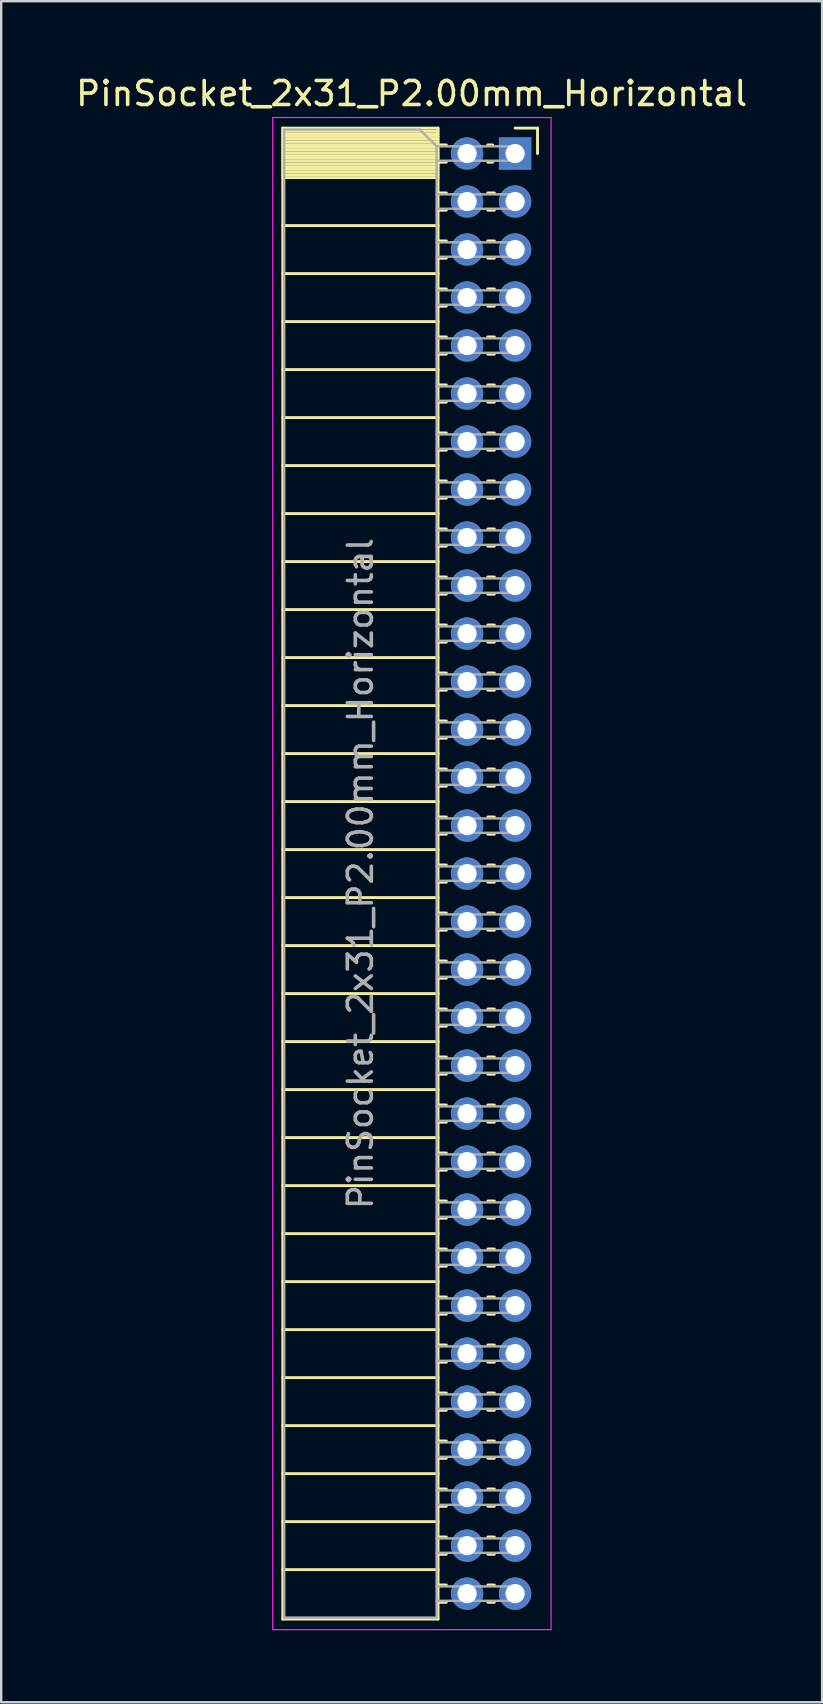
<source format=kicad_pcb>
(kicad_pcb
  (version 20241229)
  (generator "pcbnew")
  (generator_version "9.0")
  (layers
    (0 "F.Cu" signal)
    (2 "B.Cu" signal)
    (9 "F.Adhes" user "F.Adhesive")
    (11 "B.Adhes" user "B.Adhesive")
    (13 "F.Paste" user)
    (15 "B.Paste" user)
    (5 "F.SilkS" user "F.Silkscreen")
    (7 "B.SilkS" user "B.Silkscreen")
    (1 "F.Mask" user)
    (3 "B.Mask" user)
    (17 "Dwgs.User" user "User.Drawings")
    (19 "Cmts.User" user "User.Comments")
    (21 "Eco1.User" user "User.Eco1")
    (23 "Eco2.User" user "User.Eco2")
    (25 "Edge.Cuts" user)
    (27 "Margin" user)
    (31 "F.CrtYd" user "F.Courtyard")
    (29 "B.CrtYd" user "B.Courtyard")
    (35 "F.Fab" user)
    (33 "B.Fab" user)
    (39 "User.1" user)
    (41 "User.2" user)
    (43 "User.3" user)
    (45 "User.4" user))
  (footprint "PinSocket_2x31_P2.00mm_Horizontal"
    (layer "F.Cu")
    (at 18.411 3.348)
    (property "Reference" "PinSocket_2x31_P2.00mm_Horizontal" (at -4.31 -2.5 0) (layer "F.SilkS") (effects (font (size 1 1) (thickness 0.15))))
    (attr through_hole)
    (fp_line (start -9.68 -1.06) (end -9.68 61.06) (stroke (width 0.12) (type solid)) (layer "F.SilkS"))
    (fp_line (start -9.68 -1.06) (end -3.21 -1.06) (stroke (width 0.12) (type solid)) (layer "F.SilkS"))
    (fp_line (start -9.68 -0.94) (end -3.21 -0.94) (stroke (width 0.12) (type solid)) (layer "F.SilkS"))
    (fp_line (start -9.68 -0.826) (end -3.21 -0.826) (stroke (width 0.12) (type solid)) (layer "F.SilkS"))
    (fp_line (start -9.68 -0.712) (end -3.21 -0.712) (stroke (width 0.12) (type solid)) (layer "F.SilkS"))
    (fp_line (start -9.68 -0.598) (end -3.21 -0.598) (stroke (width 0.12) (type solid)) (layer "F.SilkS"))
    (fp_line (start -9.68 -0.484) (end -3.21 -0.484) (stroke (width 0.12) (type solid)) (layer "F.SilkS"))
    (fp_line (start -9.68 -0.369) (end -3.21 -0.369) (stroke (width 0.12) (type solid)) (layer "F.SilkS"))
    (fp_line (start -9.68 -0.255) (end -3.21 -0.255) (stroke (width 0.12) (type solid)) (layer "F.SilkS"))
    (fp_line (start -9.68 -0.141) (end -3.21 -0.141) (stroke (width 0.12) (type solid)) (layer "F.SilkS"))
    (fp_line (start -9.68 -0.027) (end -3.21 -0.027) (stroke (width 0.12) (type solid)) (layer "F.SilkS"))
    (fp_line (start -9.68 0.087) (end -3.21 0.087) (stroke (width 0.12) (type solid)) (layer "F.SilkS"))
    (fp_line (start -9.68 0.201) (end -3.21 0.201) (stroke (width 0.12) (type solid)) (layer "F.SilkS"))
    (fp_line (start -9.68 0.315) (end -3.21 0.315) (stroke (width 0.12) (type solid)) (layer "F.SilkS"))
    (fp_line (start -9.68 0.429) (end -3.21 0.429) (stroke (width 0.12) (type solid)) (layer "F.SilkS"))
    (fp_line (start -9.68 0.544) (end -3.21 0.544) (stroke (width 0.12) (type solid)) (layer "F.SilkS"))
    (fp_line (start -9.68 0.658) (end -3.21 0.658) (stroke (width 0.12) (type solid)) (layer "F.SilkS"))
    (fp_line (start -9.68 0.772) (end -3.21 0.772) (stroke (width 0.12) (type solid)) (layer "F.SilkS"))
    (fp_line (start -9.68 0.886) (end -3.21 0.886) (stroke (width 0.12) (type solid)) (layer "F.SilkS"))
    (fp_line (start -9.68 1) (end -3.21 1) (stroke (width 0.12) (type solid)) (layer "F.SilkS"))
    (fp_line (start -9.68 3) (end -3.21 3) (stroke (width 0.12) (type solid)) (layer "F.SilkS"))
    (fp_line (start -9.68 5) (end -3.21 5) (stroke (width 0.12) (type solid)) (layer "F.SilkS"))
    (fp_line (start -9.68 7) (end -3.21 7) (stroke (width 0.12) (type solid)) (layer "F.SilkS"))
    (fp_line (start -9.68 9) (end -3.21 9) (stroke (width 0.12) (type solid)) (layer "F.SilkS"))
    (fp_line (start -9.68 11) (end -3.21 11) (stroke (width 0.12) (type solid)) (layer "F.SilkS"))
    (fp_line (start -9.68 13) (end -3.21 13) (stroke (width 0.12) (type solid)) (layer "F.SilkS"))
    (fp_line (start -9.68 15) (end -3.21 15) (stroke (width 0.12) (type solid)) (layer "F.SilkS"))
    (fp_line (start -9.68 17) (end -3.21 17) (stroke (width 0.12) (type solid)) (layer "F.SilkS"))
    (fp_line (start -9.68 19) (end -3.21 19) (stroke (width 0.12) (type solid)) (layer "F.SilkS"))
    (fp_line (start -9.68 21) (end -3.21 21) (stroke (width 0.12) (type solid)) (layer "F.SilkS"))
    (fp_line (start -9.68 23) (end -3.21 23) (stroke (width 0.12) (type solid)) (layer "F.SilkS"))
    (fp_line (start -9.68 25) (end -3.21 25) (stroke (width 0.12) (type solid)) (layer "F.SilkS"))
    (fp_line (start -9.68 27) (end -3.21 27) (stroke (width 0.12) (type solid)) (layer "F.SilkS"))
    (fp_line (start -9.68 29) (end -3.21 29) (stroke (width 0.12) (type solid)) (layer "F.SilkS"))
    (fp_line (start -9.68 31) (end -3.21 31) (stroke (width 0.12) (type solid)) (layer "F.SilkS"))
    (fp_line (start -9.68 33) (end -3.21 33) (stroke (width 0.12) (type solid)) (layer "F.SilkS"))
    (fp_line (start -9.68 35) (end -3.21 35) (stroke (width 0.12) (type solid)) (layer "F.SilkS"))
    (fp_line (start -9.68 37) (end -3.21 37) (stroke (width 0.12) (type solid)) (layer "F.SilkS"))
    (fp_line (start -9.68 39) (end -3.21 39) (stroke (width 0.12) (type solid)) (layer "F.SilkS"))
    (fp_line (start -9.68 41) (end -3.21 41) (stroke (width 0.12) (type solid)) (layer "F.SilkS"))
    (fp_line (start -9.68 43) (end -3.21 43) (stroke (width 0.12) (type solid)) (layer "F.SilkS"))
    (fp_line (start -9.68 45) (end -3.21 45) (stroke (width 0.12) (type solid)) (layer "F.SilkS"))
    (fp_line (start -9.68 47) (end -3.21 47) (stroke (width 0.12) (type solid)) (layer "F.SilkS"))
    (fp_line (start -9.68 49) (end -3.21 49) (stroke (width 0.12) (type solid)) (layer "F.SilkS"))
    (fp_line (start -9.68 51) (end -3.21 51) (stroke (width 0.12) (type solid)) (layer "F.SilkS"))
    (fp_line (start -9.68 53) (end -3.21 53) (stroke (width 0.12) (type solid)) (layer "F.SilkS"))
    (fp_line (start -9.68 55) (end -3.21 55) (stroke (width 0.12) (type solid)) (layer "F.SilkS"))
    (fp_line (start -9.68 57) (end -3.21 57) (stroke (width 0.12) (type solid)) (layer "F.SilkS"))
    (fp_line (start -9.68 59) (end -3.21 59) (stroke (width 0.12) (type solid)) (layer "F.SilkS"))
    (fp_line (start -9.68 61.06) (end -3.21 61.06) (stroke (width 0.12) (type solid)) (layer "F.SilkS"))
    (fp_line (start -3.21 -1.06) (end -3.21 61.06) (stroke (width 0.12) (type solid)) (layer "F.SilkS"))
    (fp_line (start -3.21 -0.36) (end -2.863 -0.36) (stroke (width 0.12) (type solid)) (layer "F.SilkS"))
    (fp_line (start -3.21 0.36) (end -2.863 0.36) (stroke (width 0.12) (type solid)) (layer "F.SilkS"))
    (fp_line (start -3.21 1.64) (end -2.863 1.64) (stroke (width 0.12) (type solid)) (layer "F.SilkS"))
    (fp_line (start -3.21 2.36) (end -2.863 2.36) (stroke (width 0.12) (type solid)) (layer "F.SilkS"))
    (fp_line (start -3.21 3.64) (end -2.863 3.64) (stroke (width 0.12) (type solid)) (layer "F.SilkS"))
    (fp_line (start -3.21 4.36) (end -2.863 4.36) (stroke (width 0.12) (type solid)) (layer "F.SilkS"))
    (fp_line (start -3.21 5.64) (end -2.863 5.64) (stroke (width 0.12) (type solid)) (layer "F.SilkS"))
    (fp_line (start -3.21 6.36) (end -2.863 6.36) (stroke (width 0.12) (type solid)) (layer "F.SilkS"))
    (fp_line (start -3.21 7.64) (end -2.863 7.64) (stroke (width 0.12) (type solid)) (layer "F.SilkS"))
    (fp_line (start -3.21 8.36) (end -2.863 8.36) (stroke (width 0.12) (type solid)) (layer "F.SilkS"))
    (fp_line (start -3.21 9.64) (end -2.863 9.64) (stroke (width 0.12) (type solid)) (layer "F.SilkS"))
    (fp_line (start -3.21 10.36) (end -2.863 10.36) (stroke (width 0.12) (type solid)) (layer "F.SilkS"))
    (fp_line (start -3.21 11.64) (end -2.863 11.64) (stroke (width 0.12) (type solid)) (layer "F.SilkS"))
    (fp_line (start -3.21 12.36) (end -2.863 12.36) (stroke (width 0.12) (type solid)) (layer "F.SilkS"))
    (fp_line (start -3.21 13.64) (end -2.863 13.64) (stroke (width 0.12) (type solid)) (layer "F.SilkS"))
    (fp_line (start -3.21 14.36) (end -2.863 14.36) (stroke (width 0.12) (type solid)) (layer "F.SilkS"))
    (fp_line (start -3.21 15.64) (end -2.863 15.64) (stroke (width 0.12) (type solid)) (layer "F.SilkS"))
    (fp_line (start -3.21 16.36) (end -2.863 16.36) (stroke (width 0.12) (type solid)) (layer "F.SilkS"))
    (fp_line (start -3.21 17.64) (end -2.863 17.64) (stroke (width 0.12) (type solid)) (layer "F.SilkS"))
    (fp_line (start -3.21 18.36) (end -2.863 18.36) (stroke (width 0.12) (type solid)) (layer "F.SilkS"))
    (fp_line (start -3.21 19.64) (end -2.863 19.64) (stroke (width 0.12) (type solid)) (layer "F.SilkS"))
    (fp_line (start -3.21 20.36) (end -2.863 20.36) (stroke (width 0.12) (type solid)) (layer "F.SilkS"))
    (fp_line (start -3.21 21.64) (end -2.863 21.64) (stroke (width 0.12) (type solid)) (layer "F.SilkS"))
    (fp_line (start -3.21 22.36) (end -2.863 22.36) (stroke (width 0.12) (type solid)) (layer "F.SilkS"))
    (fp_line (start -3.21 23.64) (end -2.863 23.64) (stroke (width 0.12) (type solid)) (layer "F.SilkS"))
    (fp_line (start -3.21 24.36) (end -2.863 24.36) (stroke (width 0.12) (type solid)) (layer "F.SilkS"))
    (fp_line (start -3.21 25.64) (end -2.863 25.64) (stroke (width 0.12) (type solid)) (layer "F.SilkS"))
    (fp_line (start -3.21 26.36) (end -2.863 26.36) (stroke (width 0.12) (type solid)) (layer "F.SilkS"))
    (fp_line (start -3.21 27.64) (end -2.863 27.64) (stroke (width 0.12) (type solid)) (layer "F.SilkS"))
    (fp_line (start -3.21 28.36) (end -2.863 28.36) (stroke (width 0.12) (type solid)) (layer "F.SilkS"))
    (fp_line (start -3.21 29.64) (end -2.863 29.64) (stroke (width 0.12) (type solid)) (layer "F.SilkS"))
    (fp_line (start -3.21 30.36) (end -2.863 30.36) (stroke (width 0.12) (type solid)) (layer "F.SilkS"))
    (fp_line (start -3.21 31.64) (end -2.863 31.64) (stroke (width 0.12) (type solid)) (layer "F.SilkS"))
    (fp_line (start -3.21 32.36) (end -2.863 32.36) (stroke (width 0.12) (type solid)) (layer "F.SilkS"))
    (fp_line (start -3.21 33.64) (end -2.863 33.64) (stroke (width 0.12) (type solid)) (layer "F.SilkS"))
    (fp_line (start -3.21 34.36) (end -2.863 34.36) (stroke (width 0.12) (type solid)) (layer "F.SilkS"))
    (fp_line (start -3.21 35.64) (end -2.863 35.64) (stroke (width 0.12) (type solid)) (layer "F.SilkS"))
    (fp_line (start -3.21 36.36) (end -2.863 36.36) (stroke (width 0.12) (type solid)) (layer "F.SilkS"))
    (fp_line (start -3.21 37.64) (end -2.863 37.64) (stroke (width 0.12) (type solid)) (layer "F.SilkS"))
    (fp_line (start -3.21 38.36) (end -2.863 38.36) (stroke (width 0.12) (type solid)) (layer "F.SilkS"))
    (fp_line (start -3.21 39.64) (end -2.863 39.64) (stroke (width 0.12) (type solid)) (layer "F.SilkS"))
    (fp_line (start -3.21 40.36) (end -2.863 40.36) (stroke (width 0.12) (type solid)) (layer "F.SilkS"))
    (fp_line (start -3.21 41.64) (end -2.863 41.64) (stroke (width 0.12) (type solid)) (layer "F.SilkS"))
    (fp_line (start -3.21 42.36) (end -2.863 42.36) (stroke (width 0.12) (type solid)) (layer "F.SilkS"))
    (fp_line (start -3.21 43.64) (end -2.863 43.64) (stroke (width 0.12) (type solid)) (layer "F.SilkS"))
    (fp_line (start -3.21 44.36) (end -2.863 44.36) (stroke (width 0.12) (type solid)) (layer "F.SilkS"))
    (fp_line (start -3.21 45.64) (end -2.863 45.64) (stroke (width 0.12) (type solid)) (layer "F.SilkS"))
    (fp_line (start -3.21 46.36) (end -2.863 46.36) (stroke (width 0.12) (type solid)) (layer "F.SilkS"))
    (fp_line (start -3.21 47.64) (end -2.863 47.64) (stroke (width 0.12) (type solid)) (layer "F.SilkS"))
    (fp_line (start -3.21 48.36) (end -2.863 48.36) (stroke (width 0.12) (type solid)) (layer "F.SilkS"))
    (fp_line (start -3.21 49.64) (end -2.863 49.64) (stroke (width 0.12) (type solid)) (layer "F.SilkS"))
    (fp_line (start -3.21 50.36) (end -2.863 50.36) (stroke (width 0.12) (type solid)) (layer "F.SilkS"))
    (fp_line (start -3.21 51.64) (end -2.863 51.64) (stroke (width 0.12) (type solid)) (layer "F.SilkS"))
    (fp_line (start -3.21 52.36) (end -2.863 52.36) (stroke (width 0.12) (type solid)) (layer "F.SilkS"))
    (fp_line (start -3.21 53.64) (end -2.863 53.64) (stroke (width 0.12) (type solid)) (layer "F.SilkS"))
    (fp_line (start -3.21 54.36) (end -2.863 54.36) (stroke (width 0.12) (type solid)) (layer "F.SilkS"))
    (fp_line (start -3.21 55.64) (end -2.863 55.64) (stroke (width 0.12) (type solid)) (layer "F.SilkS"))
    (fp_line (start -3.21 56.36) (end -2.863 56.36) (stroke (width 0.12) (type solid)) (layer "F.SilkS"))
    (fp_line (start -3.21 57.64) (end -2.863 57.64) (stroke (width 0.12) (type solid)) (layer "F.SilkS"))
    (fp_line (start -3.21 58.36) (end -2.863 58.36) (stroke (width 0.12) (type solid)) (layer "F.SilkS"))
    (fp_line (start -3.21 59.64) (end -2.863 59.64) (stroke (width 0.12) (type solid)) (layer "F.SilkS"))
    (fp_line (start -3.21 60.36) (end -2.863 60.36) (stroke (width 0.12) (type solid)) (layer "F.SilkS"))
    (fp_line (start -1.137 -0.36) (end -0.935 -0.36) (stroke (width 0.12) (type solid)) (layer "F.SilkS"))
    (fp_line (start -1.137 0.36) (end -0.935 0.36) (stroke (width 0.12) (type solid)) (layer "F.SilkS"))
    (fp_line (start -1.137 1.64) (end -0.863 1.64) (stroke (width 0.12) (type solid)) (layer "F.SilkS"))
    (fp_line (start -1.137 2.36) (end -0.863 2.36) (stroke (width 0.12) (type solid)) (layer "F.SilkS"))
    (fp_line (start -1.137 3.64) (end -0.863 3.64) (stroke (width 0.12) (type solid)) (layer "F.SilkS"))
    (fp_line (start -1.137 4.36) (end -0.863 4.36) (stroke (width 0.12) (type solid)) (layer "F.SilkS"))
    (fp_line (start -1.137 5.64) (end -0.863 5.64) (stroke (width 0.12) (type solid)) (layer "F.SilkS"))
    (fp_line (start -1.137 6.36) (end -0.863 6.36) (stroke (width 0.12) (type solid)) (layer "F.SilkS"))
    (fp_line (start -1.137 7.64) (end -0.863 7.64) (stroke (width 0.12) (type solid)) (layer "F.SilkS"))
    (fp_line (start -1.137 8.36) (end -0.863 8.36) (stroke (width 0.12) (type solid)) (layer "F.SilkS"))
    (fp_line (start -1.137 9.64) (end -0.863 9.64) (stroke (width 0.12) (type solid)) (layer "F.SilkS"))
    (fp_line (start -1.137 10.36) (end -0.863 10.36) (stroke (width 0.12) (type solid)) (layer "F.SilkS"))
    (fp_line (start -1.137 11.64) (end -0.863 11.64) (stroke (width 0.12) (type solid)) (layer "F.SilkS"))
    (fp_line (start -1.137 12.36) (end -0.863 12.36) (stroke (width 0.12) (type solid)) (layer "F.SilkS"))
    (fp_line (start -1.137 13.64) (end -0.863 13.64) (stroke (width 0.12) (type solid)) (layer "F.SilkS"))
    (fp_line (start -1.137 14.36) (end -0.863 14.36) (stroke (width 0.12) (type solid)) (layer "F.SilkS"))
    (fp_line (start -1.137 15.64) (end -0.863 15.64) (stroke (width 0.12) (type solid)) (layer "F.SilkS"))
    (fp_line (start -1.137 16.36) (end -0.863 16.36) (stroke (width 0.12) (type solid)) (layer "F.SilkS"))
    (fp_line (start -1.137 17.64) (end -0.863 17.64) (stroke (width 0.12) (type solid)) (layer "F.SilkS"))
    (fp_line (start -1.137 18.36) (end -0.863 18.36) (stroke (width 0.12) (type solid)) (layer "F.SilkS"))
    (fp_line (start -1.137 19.64) (end -0.863 19.64) (stroke (width 0.12) (type solid)) (layer "F.SilkS"))
    (fp_line (start -1.137 20.36) (end -0.863 20.36) (stroke (width 0.12) (type solid)) (layer "F.SilkS"))
    (fp_line (start -1.137 21.64) (end -0.863 21.64) (stroke (width 0.12) (type solid)) (layer "F.SilkS"))
    (fp_line (start -1.137 22.36) (end -0.863 22.36) (stroke (width 0.12) (type solid)) (layer "F.SilkS"))
    (fp_line (start -1.137 23.64) (end -0.863 23.64) (stroke (width 0.12) (type solid)) (layer "F.SilkS"))
    (fp_line (start -1.137 24.36) (end -0.863 24.36) (stroke (width 0.12) (type solid)) (layer "F.SilkS"))
    (fp_line (start -1.137 25.64) (end -0.863 25.64) (stroke (width 0.12) (type solid)) (layer "F.SilkS"))
    (fp_line (start -1.137 26.36) (end -0.863 26.36) (stroke (width 0.12) (type solid)) (layer "F.SilkS"))
    (fp_line (start -1.137 27.64) (end -0.863 27.64) (stroke (width 0.12) (type solid)) (layer "F.SilkS"))
    (fp_line (start -1.137 28.36) (end -0.863 28.36) (stroke (width 0.12) (type solid)) (layer "F.SilkS"))
    (fp_line (start -1.137 29.64) (end -0.863 29.64) (stroke (width 0.12) (type solid)) (layer "F.SilkS"))
    (fp_line (start -1.137 30.36) (end -0.863 30.36) (stroke (width 0.12) (type solid)) (layer "F.SilkS"))
    (fp_line (start -1.137 31.64) (end -0.863 31.64) (stroke (width 0.12) (type solid)) (layer "F.SilkS"))
    (fp_line (start -1.137 32.36) (end -0.863 32.36) (stroke (width 0.12) (type solid)) (layer "F.SilkS"))
    (fp_line (start -1.137 33.64) (end -0.863 33.64) (stroke (width 0.12) (type solid)) (layer "F.SilkS"))
    (fp_line (start -1.137 34.36) (end -0.863 34.36) (stroke (width 0.12) (type solid)) (layer "F.SilkS"))
    (fp_line (start -1.137 35.64) (end -0.863 35.64) (stroke (width 0.12) (type solid)) (layer "F.SilkS"))
    (fp_line (start -1.137 36.36) (end -0.863 36.36) (stroke (width 0.12) (type solid)) (layer "F.SilkS"))
    (fp_line (start -1.137 37.64) (end -0.863 37.64) (stroke (width 0.12) (type solid)) (layer "F.SilkS"))
    (fp_line (start -1.137 38.36) (end -0.863 38.36) (stroke (width 0.12) (type solid)) (layer "F.SilkS"))
    (fp_line (start -1.137 39.64) (end -0.863 39.64) (stroke (width 0.12) (type solid)) (layer "F.SilkS"))
    (fp_line (start -1.137 40.36) (end -0.863 40.36) (stroke (width 0.12) (type solid)) (layer "F.SilkS"))
    (fp_line (start -1.137 41.64) (end -0.863 41.64) (stroke (width 0.12) (type solid)) (layer "F.SilkS"))
    (fp_line (start -1.137 42.36) (end -0.863 42.36) (stroke (width 0.12) (type solid)) (layer "F.SilkS"))
    (fp_line (start -1.137 43.64) (end -0.863 43.64) (stroke (width 0.12) (type solid)) (layer "F.SilkS"))
    (fp_line (start -1.137 44.36) (end -0.863 44.36) (stroke (width 0.12) (type solid)) (layer "F.SilkS"))
    (fp_line (start -1.137 45.64) (end -0.863 45.64) (stroke (width 0.12) (type solid)) (layer "F.SilkS"))
    (fp_line (start -1.137 46.36) (end -0.863 46.36) (stroke (width 0.12) (type solid)) (layer "F.SilkS"))
    (fp_line (start -1.137 47.64) (end -0.863 47.64) (stroke (width 0.12) (type solid)) (layer "F.SilkS"))
    (fp_line (start -1.137 48.36) (end -0.863 48.36) (stroke (width 0.12) (type solid)) (layer "F.SilkS"))
    (fp_line (start -1.137 49.64) (end -0.863 49.64) (stroke (width 0.12) (type solid)) (layer "F.SilkS"))
    (fp_line (start -1.137 50.36) (end -0.863 50.36) (stroke (width 0.12) (type solid)) (layer "F.SilkS"))
    (fp_line (start -1.137 51.64) (end -0.863 51.64) (stroke (width 0.12) (type solid)) (layer "F.SilkS"))
    (fp_line (start -1.137 52.36) (end -0.863 52.36) (stroke (width 0.12) (type solid)) (layer "F.SilkS"))
    (fp_line (start -1.137 53.64) (end -0.863 53.64) (stroke (width 0.12) (type solid)) (layer "F.SilkS"))
    (fp_line (start -1.137 54.36) (end -0.863 54.36) (stroke (width 0.12) (type solid)) (layer "F.SilkS"))
    (fp_line (start -1.137 55.64) (end -0.863 55.64) (stroke (width 0.12) (type solid)) (layer "F.SilkS"))
    (fp_line (start -1.137 56.36) (end -0.863 56.36) (stroke (width 0.12) (type solid)) (layer "F.SilkS"))
    (fp_line (start -1.137 57.64) (end -0.863 57.64) (stroke (width 0.12) (type solid)) (layer "F.SilkS"))
    (fp_line (start -1.137 58.36) (end -0.863 58.36) (stroke (width 0.12) (type solid)) (layer "F.SilkS"))
    (fp_line (start -1.137 59.64) (end -0.863 59.64) (stroke (width 0.12) (type solid)) (layer "F.SilkS"))
    (fp_line (start -1.137 60.36) (end -0.863 60.36) (stroke (width 0.12) (type solid)) (layer "F.SilkS"))
    (fp_line (start 0 -1.06) (end 0.935 -1.06) (stroke (width 0.12) (type solid)) (layer "F.SilkS"))
    (fp_line (start 0.935 -1.06) (end 0.935 0) (stroke (width 0.12) (type solid)) (layer "F.SilkS"))
    (fp_line (start -10.1 -1.5) (end -10.1 61.5) (stroke (width 0.05) (type solid)) (layer "F.CrtYd"))
    (fp_line (start -10.1 61.5) (end 1.5 61.5) (stroke (width 0.05) (type solid)) (layer "F.CrtYd"))
    (fp_line (start 1.5 -1.5) (end -10.1 -1.5) (stroke (width 0.05) (type solid)) (layer "F.CrtYd"))
    (fp_line (start 1.5 61.5) (end 1.5 -1.5) (stroke (width 0.05) (type solid)) (layer "F.CrtYd"))
    (fp_line (start -9.62 -1) (end -3.97 -1) (stroke (width 0.1) (type solid)) (layer "F.Fab"))
    (fp_line (start -9.62 61) (end -9.62 -1) (stroke (width 0.1) (type solid)) (layer "F.Fab"))
    (fp_line (start -3.97 -1) (end -3.27 -0.3) (stroke (width 0.1) (type solid)) (layer "F.Fab"))
    (fp_line (start -3.27 -0.3) (end -3.27 61) (stroke (width 0.1) (type solid)) (layer "F.Fab"))
    (fp_line (start -3.27 0.3) (end 0 0.3) (stroke (width 0.1) (type solid)) (layer "F.Fab"))
    (fp_line (start -3.27 2.3) (end 0 2.3) (stroke (width 0.1) (type solid)) (layer "F.Fab"))
    (fp_line (start -3.27 4.3) (end 0 4.3) (stroke (width 0.1) (type solid)) (layer "F.Fab"))
    (fp_line (start -3.27 6.3) (end 0 6.3) (stroke (width 0.1) (type solid)) (layer "F.Fab"))
    (fp_line (start -3.27 8.3) (end 0 8.3) (stroke (width 0.1) (type solid)) (layer "F.Fab"))
    (fp_line (start -3.27 10.3) (end 0 10.3) (stroke (width 0.1) (type solid)) (layer "F.Fab"))
    (fp_line (start -3.27 12.3) (end 0 12.3) (stroke (width 0.1) (type solid)) (layer "F.Fab"))
    (fp_line (start -3.27 14.3) (end 0 14.3) (stroke (width 0.1) (type solid)) (layer "F.Fab"))
    (fp_line (start -3.27 16.3) (end 0 16.3) (stroke (width 0.1) (type solid)) (layer "F.Fab"))
    (fp_line (start -3.27 18.3) (end 0 18.3) (stroke (width 0.1) (type solid)) (layer "F.Fab"))
    (fp_line (start -3.27 20.3) (end 0 20.3) (stroke (width 0.1) (type solid)) (layer "F.Fab"))
    (fp_line (start -3.27 22.3) (end 0 22.3) (stroke (width 0.1) (type solid)) (layer "F.Fab"))
    (fp_line (start -3.27 24.3) (end 0 24.3) (stroke (width 0.1) (type solid)) (layer "F.Fab"))
    (fp_line (start -3.27 26.3) (end 0 26.3) (stroke (width 0.1) (type solid)) (layer "F.Fab"))
    (fp_line (start -3.27 28.3) (end 0 28.3) (stroke (width 0.1) (type solid)) (layer "F.Fab"))
    (fp_line (start -3.27 30.3) (end 0 30.3) (stroke (width 0.1) (type solid)) (layer "F.Fab"))
    (fp_line (start -3.27 32.3) (end 0 32.3) (stroke (width 0.1) (type solid)) (layer "F.Fab"))
    (fp_line (start -3.27 34.3) (end 0 34.3) (stroke (width 0.1) (type solid)) (layer "F.Fab"))
    (fp_line (start -3.27 36.3) (end 0 36.3) (stroke (width 0.1) (type solid)) (layer "F.Fab"))
    (fp_line (start -3.27 38.3) (end 0 38.3) (stroke (width 0.1) (type solid)) (layer "F.Fab"))
    (fp_line (start -3.27 40.3) (end 0 40.3) (stroke (width 0.1) (type solid)) (layer "F.Fab"))
    (fp_line (start -3.27 42.3) (end 0 42.3) (stroke (width 0.1) (type solid)) (layer "F.Fab"))
    (fp_line (start -3.27 44.3) (end 0 44.3) (stroke (width 0.1) (type solid)) (layer "F.Fab"))
    (fp_line (start -3.27 46.3) (end 0 46.3) (stroke (width 0.1) (type solid)) (layer "F.Fab"))
    (fp_line (start -3.27 48.3) (end 0 48.3) (stroke (width 0.1) (type solid)) (layer "F.Fab"))
    (fp_line (start -3.27 50.3) (end 0 50.3) (stroke (width 0.1) (type solid)) (layer "F.Fab"))
    (fp_line (start -3.27 52.3) (end 0 52.3) (stroke (width 0.1) (type solid)) (layer "F.Fab"))
    (fp_line (start -3.27 54.3) (end 0 54.3) (stroke (width 0.1) (type solid)) (layer "F.Fab"))
    (fp_line (start -3.27 56.3) (end 0 56.3) (stroke (width 0.1) (type solid)) (layer "F.Fab"))
    (fp_line (start -3.27 58.3) (end 0 58.3) (stroke (width 0.1) (type solid)) (layer "F.Fab"))
    (fp_line (start -3.27 60.3) (end 0 60.3) (stroke (width 0.1) (type solid)) (layer "F.Fab"))
    (fp_line (start -3.27 61) (end -9.62 61) (stroke (width 0.1) (type solid)) (layer "F.Fab"))
    (fp_line (start 0 -0.3) (end -3.27 -0.3) (stroke (width 0.1) (type solid)) (layer "F.Fab"))
    (fp_line (start 0 0.3) (end 0 -0.3) (stroke (width 0.1) (type solid)) (layer "F.Fab"))
    (fp_line (start 0 1.7) (end -3.27 1.7) (stroke (width 0.1) (type solid)) (layer "F.Fab"))
    (fp_line (start 0 2.3) (end 0 1.7) (stroke (width 0.1) (type solid)) (layer "F.Fab"))
    (fp_line (start 0 3.7) (end -3.27 3.7) (stroke (width 0.1) (type solid)) (layer "F.Fab"))
    (fp_line (start 0 4.3) (end 0 3.7) (stroke (width 0.1) (type solid)) (layer "F.Fab"))
    (fp_line (start 0 5.7) (end -3.27 5.7) (stroke (width 0.1) (type solid)) (layer "F.Fab"))
    (fp_line (start 0 6.3) (end 0 5.7) (stroke (width 0.1) (type solid)) (layer "F.Fab"))
    (fp_line (start 0 7.7) (end -3.27 7.7) (stroke (width 0.1) (type solid)) (layer "F.Fab"))
    (fp_line (start 0 8.3) (end 0 7.7) (stroke (width 0.1) (type solid)) (layer "F.Fab"))
    (fp_line (start 0 9.7) (end -3.27 9.7) (stroke (width 0.1) (type solid)) (layer "F.Fab"))
    (fp_line (start 0 10.3) (end 0 9.7) (stroke (width 0.1) (type solid)) (layer "F.Fab"))
    (fp_line (start 0 11.7) (end -3.27 11.7) (stroke (width 0.1) (type solid)) (layer "F.Fab"))
    (fp_line (start 0 12.3) (end 0 11.7) (stroke (width 0.1) (type solid)) (layer "F.Fab"))
    (fp_line (start 0 13.7) (end -3.27 13.7) (stroke (width 0.1) (type solid)) (layer "F.Fab"))
    (fp_line (start 0 14.3) (end 0 13.7) (stroke (width 0.1) (type solid)) (layer "F.Fab"))
    (fp_line (start 0 15.7) (end -3.27 15.7) (stroke (width 0.1) (type solid)) (layer "F.Fab"))
    (fp_line (start 0 16.3) (end 0 15.7) (stroke (width 0.1) (type solid)) (layer "F.Fab"))
    (fp_line (start 0 17.7) (end -3.27 17.7) (stroke (width 0.1) (type solid)) (layer "F.Fab"))
    (fp_line (start 0 18.3) (end 0 17.7) (stroke (width 0.1) (type solid)) (layer "F.Fab"))
    (fp_line (start 0 19.7) (end -3.27 19.7) (stroke (width 0.1) (type solid)) (layer "F.Fab"))
    (fp_line (start 0 20.3) (end 0 19.7) (stroke (width 0.1) (type solid)) (layer "F.Fab"))
    (fp_line (start 0 21.7) (end -3.27 21.7) (stroke (width 0.1) (type solid)) (layer "F.Fab"))
    (fp_line (start 0 22.3) (end 0 21.7) (stroke (width 0.1) (type solid)) (layer "F.Fab"))
    (fp_line (start 0 23.7) (end -3.27 23.7) (stroke (width 0.1) (type solid)) (layer "F.Fab"))
    (fp_line (start 0 24.3) (end 0 23.7) (stroke (width 0.1) (type solid)) (layer "F.Fab"))
    (fp_line (start 0 25.7) (end -3.27 25.7) (stroke (width 0.1) (type solid)) (layer "F.Fab"))
    (fp_line (start 0 26.3) (end 0 25.7) (stroke (width 0.1) (type solid)) (layer "F.Fab"))
    (fp_line (start 0 27.7) (end -3.27 27.7) (stroke (width 0.1) (type solid)) (layer "F.Fab"))
    (fp_line (start 0 28.3) (end 0 27.7) (stroke (width 0.1) (type solid)) (layer "F.Fab"))
    (fp_line (start 0 29.7) (end -3.27 29.7) (stroke (width 0.1) (type solid)) (layer "F.Fab"))
    (fp_line (start 0 30.3) (end 0 29.7) (stroke (width 0.1) (type solid)) (layer "F.Fab"))
    (fp_line (start 0 31.7) (end -3.27 31.7) (stroke (width 0.1) (type solid)) (layer "F.Fab"))
    (fp_line (start 0 32.3) (end 0 31.7) (stroke (width 0.1) (type solid)) (layer "F.Fab"))
    (fp_line (start 0 33.7) (end -3.27 33.7) (stroke (width 0.1) (type solid)) (layer "F.Fab"))
    (fp_line (start 0 34.3) (end 0 33.7) (stroke (width 0.1) (type solid)) (layer "F.Fab"))
    (fp_line (start 0 35.7) (end -3.27 35.7) (stroke (width 0.1) (type solid)) (layer "F.Fab"))
    (fp_line (start 0 36.3) (end 0 35.7) (stroke (width 0.1) (type solid)) (layer "F.Fab"))
    (fp_line (start 0 37.7) (end -3.27 37.7) (stroke (width 0.1) (type solid)) (layer "F.Fab"))
    (fp_line (start 0 38.3) (end 0 37.7) (stroke (width 0.1) (type solid)) (layer "F.Fab"))
    (fp_line (start 0 39.7) (end -3.27 39.7) (stroke (width 0.1) (type solid)) (layer "F.Fab"))
    (fp_line (start 0 40.3) (end 0 39.7) (stroke (width 0.1) (type solid)) (layer "F.Fab"))
    (fp_line (start 0 41.7) (end -3.27 41.7) (stroke (width 0.1) (type solid)) (layer "F.Fab"))
    (fp_line (start 0 42.3) (end 0 41.7) (stroke (width 0.1) (type solid)) (layer "F.Fab"))
    (fp_line (start 0 43.7) (end -3.27 43.7) (stroke (width 0.1) (type solid)) (layer "F.Fab"))
    (fp_line (start 0 44.3) (end 0 43.7) (stroke (width 0.1) (type solid)) (layer "F.Fab"))
    (fp_line (start 0 45.7) (end -3.27 45.7) (stroke (width 0.1) (type solid)) (layer "F.Fab"))
    (fp_line (start 0 46.3) (end 0 45.7) (stroke (width 0.1) (type solid)) (layer "F.Fab"))
    (fp_line (start 0 47.7) (end -3.27 47.7) (stroke (width 0.1) (type solid)) (layer "F.Fab"))
    (fp_line (start 0 48.3) (end 0 47.7) (stroke (width 0.1) (type solid)) (layer "F.Fab"))
    (fp_line (start 0 49.7) (end -3.27 49.7) (stroke (width 0.1) (type solid)) (layer "F.Fab"))
    (fp_line (start 0 50.3) (end 0 49.7) (stroke (width 0.1) (type solid)) (layer "F.Fab"))
    (fp_line (start 0 51.7) (end -3.27 51.7) (stroke (width 0.1) (type solid)) (layer "F.Fab"))
    (fp_line (start 0 52.3) (end 0 51.7) (stroke (width 0.1) (type solid)) (layer "F.Fab"))
    (fp_line (start 0 53.7) (end -3.27 53.7) (stroke (width 0.1) (type solid)) (layer "F.Fab"))
    (fp_line (start 0 54.3) (end 0 53.7) (stroke (width 0.1) (type solid)) (layer "F.Fab"))
    (fp_line (start 0 55.7) (end -3.27 55.7) (stroke (width 0.1) (type solid)) (layer "F.Fab"))
    (fp_line (start 0 56.3) (end 0 55.7) (stroke (width 0.1) (type solid)) (layer "F.Fab"))
    (fp_line (start 0 57.7) (end -3.27 57.7) (stroke (width 0.1) (type solid)) (layer "F.Fab"))
    (fp_line (start 0 58.3) (end 0 57.7) (stroke (width 0.1) (type solid)) (layer "F.Fab"))
    (fp_line (start 0 59.7) (end -3.27 59.7) (stroke (width 0.1) (type solid)) (layer "F.Fab"))
    (fp_line (start 0 60.3) (end 0 59.7) (stroke (width 0.1) (type solid)) (layer "F.Fab"))
    (fp_text user "${REFERENCE}" (at -6.445 30 90) (layer "F.Fab") (effects (font (size 1 1) (thickness 0.15))))
    (pad "1" thru_hole rect (at 0 0) (size 1.35 1.35) (drill 0.8) (layers "*.Cu" "*.Mask"))
    (pad "2" thru_hole circle (at -2 0) (size 1.35 1.35) (drill 0.8) (layers "*.Cu" "*.Mask"))
    (pad "3" thru_hole circle (at 0 2) (size 1.35 1.35) (drill 0.8) (layers "*.Cu" "*.Mask"))
    (pad "4" thru_hole circle (at -2 2) (size 1.35 1.35) (drill 0.8) (layers "*.Cu" "*.Mask"))
    (pad "5" thru_hole circle (at 0 4) (size 1.35 1.35) (drill 0.8) (layers "*.Cu" "*.Mask"))
    (pad "6" thru_hole circle (at -2 4) (size 1.35 1.35) (drill 0.8) (layers "*.Cu" "*.Mask"))
    (pad "7" thru_hole circle (at 0 6) (size 1.35 1.35) (drill 0.8) (layers "*.Cu" "*.Mask"))
    (pad "8" thru_hole circle (at -2 6) (size 1.35 1.35) (drill 0.8) (layers "*.Cu" "*.Mask"))
    (pad "9" thru_hole circle (at 0 8) (size 1.35 1.35) (drill 0.8) (layers "*.Cu" "*.Mask"))
    (pad "10" thru_hole circle (at -2 8) (size 1.35 1.35) (drill 0.8) (layers "*.Cu" "*.Mask"))
    (pad "11" thru_hole circle (at 0 10) (size 1.35 1.35) (drill 0.8) (layers "*.Cu" "*.Mask"))
    (pad "12" thru_hole circle (at -2 10) (size 1.35 1.35) (drill 0.8) (layers "*.Cu" "*.Mask"))
    (pad "13" thru_hole circle (at 0 12) (size 1.35 1.35) (drill 0.8) (layers "*.Cu" "*.Mask"))
    (pad "14" thru_hole circle (at -2 12) (size 1.35 1.35) (drill 0.8) (layers "*.Cu" "*.Mask"))
    (pad "15" thru_hole circle (at 0 14) (size 1.35 1.35) (drill 0.8) (layers "*.Cu" "*.Mask"))
    (pad "16" thru_hole circle (at -2 14) (size 1.35 1.35) (drill 0.8) (layers "*.Cu" "*.Mask"))
    (pad "17" thru_hole circle (at 0 16) (size 1.35 1.35) (drill 0.8) (layers "*.Cu" "*.Mask"))
    (pad "18" thru_hole circle (at -2 16) (size 1.35 1.35) (drill 0.8) (layers "*.Cu" "*.Mask"))
    (pad "19" thru_hole circle (at 0 18) (size 1.35 1.35) (drill 0.8) (layers "*.Cu" "*.Mask"))
    (pad "20" thru_hole circle (at -2 18) (size 1.35 1.35) (drill 0.8) (layers "*.Cu" "*.Mask"))
    (pad "21" thru_hole circle (at 0 20) (size 1.35 1.35) (drill 0.8) (layers "*.Cu" "*.Mask"))
    (pad "22" thru_hole circle (at -2 20) (size 1.35 1.35) (drill 0.8) (layers "*.Cu" "*.Mask"))
    (pad "23" thru_hole circle (at 0 22) (size 1.35 1.35) (drill 0.8) (layers "*.Cu" "*.Mask"))
    (pad "24" thru_hole circle (at -2 22) (size 1.35 1.35) (drill 0.8) (layers "*.Cu" "*.Mask"))
    (pad "25" thru_hole circle (at 0 24) (size 1.35 1.35) (drill 0.8) (layers "*.Cu" "*.Mask"))
    (pad "26" thru_hole circle (at -2 24) (size 1.35 1.35) (drill 0.8) (layers "*.Cu" "*.Mask"))
    (pad "27" thru_hole circle (at 0 26) (size 1.35 1.35) (drill 0.8) (layers "*.Cu" "*.Mask"))
    (pad "28" thru_hole circle (at -2 26) (size 1.35 1.35) (drill 0.8) (layers "*.Cu" "*.Mask"))
    (pad "29" thru_hole circle (at 0 28) (size 1.35 1.35) (drill 0.8) (layers "*.Cu" "*.Mask"))
    (pad "30" thru_hole circle (at -2 28) (size 1.35 1.35) (drill 0.8) (layers "*.Cu" "*.Mask"))
    (pad "31" thru_hole circle (at 0 30) (size 1.35 1.35) (drill 0.8) (layers "*.Cu" "*.Mask"))
    (pad "32" thru_hole circle (at -2 30) (size 1.35 1.35) (drill 0.8) (layers "*.Cu" "*.Mask"))
    (pad "33" thru_hole circle (at 0 32) (size 1.35 1.35) (drill 0.8) (layers "*.Cu" "*.Mask"))
    (pad "34" thru_hole circle (at -2 32) (size 1.35 1.35) (drill 0.8) (layers "*.Cu" "*.Mask"))
    (pad "35" thru_hole circle (at 0 34) (size 1.35 1.35) (drill 0.8) (layers "*.Cu" "*.Mask"))
    (pad "36" thru_hole circle (at -2 34) (size 1.35 1.35) (drill 0.8) (layers "*.Cu" "*.Mask"))
    (pad "37" thru_hole circle (at 0 36) (size 1.35 1.35) (drill 0.8) (layers "*.Cu" "*.Mask"))
    (pad "38" thru_hole circle (at -2 36) (size 1.35 1.35) (drill 0.8) (layers "*.Cu" "*.Mask"))
    (pad "39" thru_hole circle (at 0 38) (size 1.35 1.35) (drill 0.8) (layers "*.Cu" "*.Mask"))
    (pad "40" thru_hole circle (at -2 38) (size 1.35 1.35) (drill 0.8) (layers "*.Cu" "*.Mask"))
    (pad "41" thru_hole circle (at 0 40) (size 1.35 1.35) (drill 0.8) (layers "*.Cu" "*.Mask"))
    (pad "42" thru_hole circle (at -2 40) (size 1.35 1.35) (drill 0.8) (layers "*.Cu" "*.Mask"))
    (pad "43" thru_hole circle (at 0 42) (size 1.35 1.35) (drill 0.8) (layers "*.Cu" "*.Mask"))
    (pad "44" thru_hole circle (at -2 42) (size 1.35 1.35) (drill 0.8) (layers "*.Cu" "*.Mask"))
    (pad "45" thru_hole circle (at 0 44) (size 1.35 1.35) (drill 0.8) (layers "*.Cu" "*.Mask"))
    (pad "46" thru_hole circle (at -2 44) (size 1.35 1.35) (drill 0.8) (layers "*.Cu" "*.Mask"))
    (pad "47" thru_hole circle (at 0 46) (size 1.35 1.35) (drill 0.8) (layers "*.Cu" "*.Mask"))
    (pad "48" thru_hole circle (at -2 46) (size 1.35 1.35) (drill 0.8) (layers "*.Cu" "*.Mask"))
    (pad "49" thru_hole circle (at 0 48) (size 1.35 1.35) (drill 0.8) (layers "*.Cu" "*.Mask"))
    (pad "50" thru_hole circle (at -2 48) (size 1.35 1.35) (drill 0.8) (layers "*.Cu" "*.Mask"))
    (pad "51" thru_hole circle (at 0 50) (size 1.35 1.35) (drill 0.8) (layers "*.Cu" "*.Mask"))
    (pad "52" thru_hole circle (at -2 50) (size 1.35 1.35) (drill 0.8) (layers "*.Cu" "*.Mask"))
    (pad "53" thru_hole circle (at 0 52) (size 1.35 1.35) (drill 0.8) (layers "*.Cu" "*.Mask"))
    (pad "54" thru_hole circle (at -2 52) (size 1.35 1.35) (drill 0.8) (layers "*.Cu" "*.Mask"))
    (pad "55" thru_hole circle (at 0 54) (size 1.35 1.35) (drill 0.8) (layers "*.Cu" "*.Mask"))
    (pad "56" thru_hole circle (at -2 54) (size 1.35 1.35) (drill 0.8) (layers "*.Cu" "*.Mask"))
    (pad "57" thru_hole circle (at 0 56) (size 1.35 1.35) (drill 0.8) (layers "*.Cu" "*.Mask"))
    (pad "58" thru_hole circle (at -2 56) (size 1.35 1.35) (drill 0.8) (layers "*.Cu" "*.Mask"))
    (pad "59" thru_hole circle (at 0 58) (size 1.35 1.35) (drill 0.8) (layers "*.Cu" "*.Mask"))
    (pad "60" thru_hole circle (at -2 58) (size 1.35 1.35) (drill 0.8) (layers "*.Cu" "*.Mask"))
    (pad "61" thru_hole circle (at 0 60) (size 1.35 1.35) (drill 0.8) (layers "*.Cu" "*.Mask"))
    (pad "62" thru_hole circle (at -2 60) (size 1.35 1.35) (drill 0.8) (layers "*.Cu" "*.Mask")))
  (gr_rect
    (start -3 -3)
    (end 31.202 67.873)
    (stroke (width 0.1) (type default))
    (fill no)
    (layer "Edge.Cuts")))
</source>
